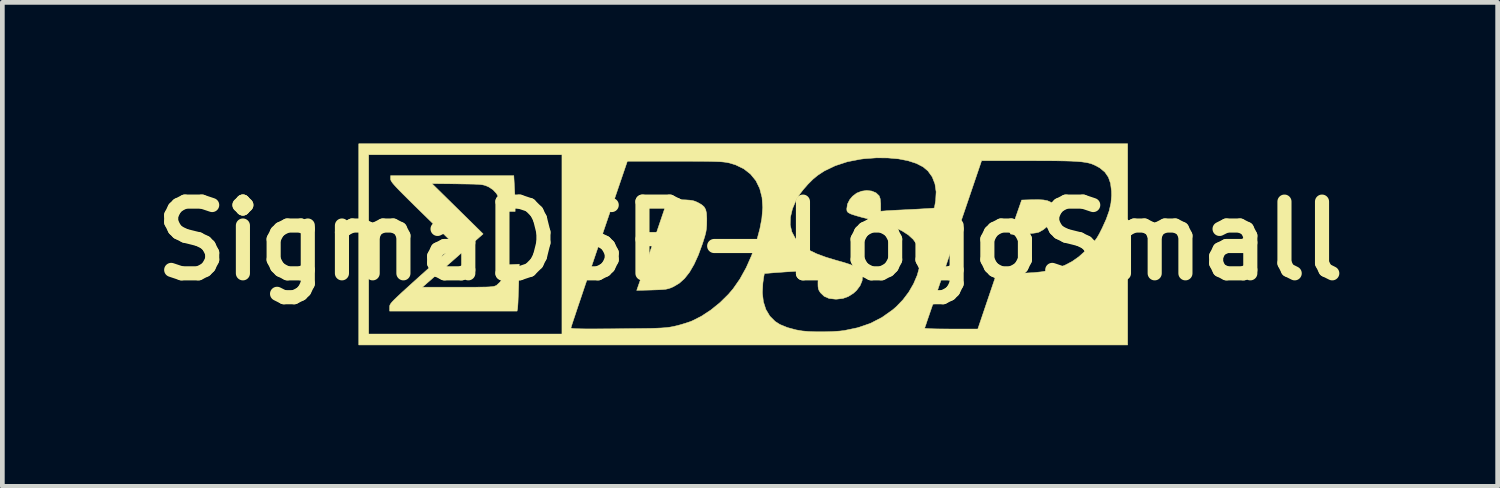
<source format=kicad_pcb>
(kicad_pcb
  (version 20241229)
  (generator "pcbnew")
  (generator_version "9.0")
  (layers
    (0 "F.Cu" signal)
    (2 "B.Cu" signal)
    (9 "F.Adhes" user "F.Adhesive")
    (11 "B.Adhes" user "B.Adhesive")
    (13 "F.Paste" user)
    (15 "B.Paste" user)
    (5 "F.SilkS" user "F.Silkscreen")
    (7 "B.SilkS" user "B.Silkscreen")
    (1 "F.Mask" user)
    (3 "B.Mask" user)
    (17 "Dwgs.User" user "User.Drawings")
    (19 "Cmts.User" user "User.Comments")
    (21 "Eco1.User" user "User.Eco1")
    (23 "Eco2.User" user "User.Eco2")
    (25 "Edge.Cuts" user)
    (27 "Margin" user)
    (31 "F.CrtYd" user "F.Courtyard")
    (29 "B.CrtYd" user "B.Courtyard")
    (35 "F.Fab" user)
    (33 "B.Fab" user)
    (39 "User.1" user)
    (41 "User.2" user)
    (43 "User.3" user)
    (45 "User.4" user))
  (footprint "SigmaDSP-LogoSmall"
    (layer "F.Cu")
    (at 12.744 2.143)
    (property "Reference" "SigmaDSP-LogoSmall" (at 0.145 -0.074 0) (layer "F.SilkS") (effects (font (size 1.524 1.524) (thickness 0.3))))
    (attr through_hole)
    (fp_poly (pts (xy 6.379 -0.944) (xy 6.464 -0.928) (xy 6.525 -0.902) (xy 6.553 -0.882) (xy 6.601 -0.815) (xy 6.621 -0.724) (xy 6.612 -0.621) (xy 6.595 -0.561) (xy 6.546 -0.476) (xy 6.47 -0.389) (xy 6.38 -0.314) (xy 6.289 -0.262) (xy 6.273 -0.256) (xy 6.224 -0.245) (xy 6.15 -0.235) (xy 6.059 -0.226) (xy 5.962 -0.22) (xy 5.866 -0.215) (xy 5.781 -0.214) (xy 5.716 -0.215) (xy 5.679 -0.221) (xy 5.674 -0.225) (xy 5.681 -0.25) (xy 5.7 -0.308) (xy 5.728 -0.393) (xy 5.763 -0.497) (xy 5.796 -0.593) (xy 5.918 -0.942) (xy 6.118 -0.948) (xy 6.266 -0.95) (xy 6.379 -0.944)) (stroke (width 0.01) (type solid)) (fill yes) (layer "F.SilkS"))
    (fp_poly (pts (xy -1.336 -0.949) (xy -1.219 -0.945) (xy -1.135 -0.939) (xy -1.073 -0.93) (xy -1.022 -0.915) (xy -0.973 -0.893) (xy -0.964 -0.889) (xy -0.885 -0.844) (xy -0.831 -0.797) (xy -0.798 -0.74) (xy -0.78 -0.662) (xy -0.774 -0.555) (xy -0.774 -0.501) (xy -0.776 -0.407) (xy -0.782 -0.329) (xy -0.794 -0.256) (xy -0.815 -0.175) (xy -0.847 -0.072) (xy -0.865 -0.016) (xy -0.953 0.225) (xy -1.045 0.427) (xy -1.142 0.593) (xy -1.246 0.725) (xy -1.359 0.826) (xy -1.484 0.9) (xy -1.486 0.901) (xy -1.541 0.925) (xy -1.59 0.941) (xy -1.642 0.953) (xy -1.708 0.96) (xy -1.796 0.965) (xy -1.916 0.969) (xy -1.941 0.97) (xy -2.263 0.978) (xy -2.161 0.685) (xy -2.129 0.591) (xy -2.085 0.464) (xy -2.034 0.313) (xy -1.976 0.144) (xy -1.916 -0.033) (xy -1.855 -0.212) (xy -1.831 -0.283) (xy -1.602 -0.957) (xy -1.336 -0.949)) (stroke (width 0.01) (type solid)) (fill yes) (layer "F.SilkS"))
    (fp_poly (pts (xy -4.861 -1.203) (xy -4.855 -1.089) (xy -4.851 -0.976) (xy -4.848 -0.88) (xy -4.847 -0.822) (xy -4.847 -0.699) (xy -4.958 -0.699) (xy -5.069 -0.699) (xy -5.119 -0.831) (xy -5.181 -0.974) (xy -5.244 -1.082) (xy -5.316 -1.16) (xy -5.4 -1.216) (xy -5.418 -1.225) (xy -5.455 -1.241) (xy -5.49 -1.254) (xy -5.529 -1.264) (xy -5.577 -1.271) (xy -5.64 -1.276) (xy -5.726 -1.28) (xy -5.838 -1.282) (xy -5.984 -1.284) (xy -6.075 -1.286) (xy -6.615 -1.292) (xy -5.527 -0.222) (xy -6.172 0.344) (xy -6.818 0.91) (xy -6.062 0.91) (xy -5.863 0.91) (xy -5.701 0.91) (xy -5.573 0.908) (xy -5.473 0.907) (xy -5.398 0.904) (xy -5.344 0.899) (xy -5.304 0.894) (xy -5.276 0.886) (xy -5.254 0.877) (xy -5.24 0.869) (xy -5.169 0.803) (xy -5.102 0.697) (xy -5.043 0.554) (xy -5.04 0.545) (xy -5.002 0.434) (xy -4.759 0.421) (xy -4.772 0.872) (xy -4.777 1.009) (xy -4.782 1.133) (xy -4.786 1.239) (xy -4.791 1.318) (xy -4.795 1.364) (xy -4.796 1.371) (xy -4.806 1.418) (xy -7.514 1.418) (xy -7.514 1.336) (xy -7.513 1.316) (xy -7.51 1.297) (xy -7.5 1.275) (xy -7.481 1.247) (xy -7.451 1.212) (xy -7.407 1.167) (xy -7.345 1.108) (xy -7.264 1.032) (xy -7.161 0.938) (xy -7.032 0.821) (xy -6.876 0.68) (xy -6.823 0.633) (xy -6.131 0.011) (xy -6.812 -0.656) (xy -6.975 -0.815) (xy -7.109 -0.948) (xy -7.219 -1.057) (xy -7.305 -1.144) (xy -7.372 -1.214) (xy -7.421 -1.268) (xy -7.455 -1.309) (xy -7.476 -1.34) (xy -7.488 -1.364) (xy -7.493 -1.383) (xy -7.493 -1.392) (xy -7.493 -1.46) (xy -4.875 -1.46) (xy -4.861 -1.203)) (stroke (width 0.01) (type solid)) (fill yes) (layer "F.SilkS"))
    (fp_poly (pts (xy 8.17 2.138) (xy -8.17 2.138) (xy -8.17 -1.905) (xy -7.959 -1.905) (xy -7.959 1.905) (xy -3.852 1.905) (xy -3.852 1.774) (xy -3.661 1.774) (xy -3.654 1.781) (xy -3.633 1.786) (xy -3.593 1.79) (xy -3.531 1.793) (xy -3.445 1.795) (xy -3.331 1.797) (xy -3.185 1.797) (xy -3.005 1.796) (xy -2.788 1.795) (xy -2.662 1.794) (xy -2.428 1.791) (xy -2.232 1.789) (xy -2.069 1.787) (xy -1.936 1.785) (xy -1.828 1.781) (xy -1.74 1.777) (xy -1.668 1.772) (xy -1.608 1.766) (xy -1.556 1.759) (xy -1.506 1.75) (xy -1.455 1.739) (xy -1.45 1.738) (xy -1.339 1.71) (xy -1.223 1.675) (xy -1.121 1.641) (xy -1.089 1.628) (xy -0.888 1.527) (xy -0.686 1.394) (xy -0.49 1.235) (xy -0.311 1.058) (xy -0.288 1.031) (xy 0.407 1.031) (xy 0.429 1.219) (xy 0.482 1.384) (xy 0.566 1.525) (xy 0.679 1.638) (xy 0.781 1.703) (xy 0.94 1.768) (xy 1.122 1.817) (xy 1.253 1.84) (xy 1.389 1.852) (xy 1.552 1.858) (xy 1.727 1.858) (xy 1.901 1.853) (xy 2.057 1.842) (xy 2.148 1.831) (xy 2.388 1.781) (xy 3.856 1.781) (xy 3.874 1.786) (xy 3.929 1.79) (xy 4.016 1.794) (xy 4.129 1.797) (xy 4.263 1.798) (xy 4.413 1.799) (xy 4.417 1.799) (xy 4.986 1.799) (xy 5.186 1.207) (xy 5.387 0.614) (xy 5.747 0.614) (xy 5.975 0.611) (xy 6.169 0.601) (xy 6.336 0.584) (xy 6.484 0.558) (xy 6.619 0.524) (xy 6.669 0.508) (xy 6.84 0.442) (xy 6.991 0.363) (xy 7.133 0.263) (xy 7.277 0.134) (xy 7.314 0.097) (xy 7.401 0.008) (xy 7.465 -0.066) (xy 7.518 -0.139) (xy 7.567 -0.223) (xy 7.622 -0.332) (xy 7.626 -0.339) (xy 7.715 -0.536) (xy 7.778 -0.713) (xy 7.815 -0.877) (xy 7.829 -1.039) (xy 7.827 -1.131) (xy 7.807 -1.294) (xy 7.761 -1.427) (xy 7.686 -1.536) (xy 7.579 -1.625) (xy 7.496 -1.671) (xy 7.447 -1.694) (xy 7.396 -1.714) (xy 7.338 -1.73) (xy 7.271 -1.743) (xy 7.191 -1.754) (xy 7.094 -1.762) (xy 6.975 -1.769) (xy 6.831 -1.773) (xy 6.658 -1.776) (xy 6.453 -1.777) (xy 6.21 -1.778) (xy 6.077 -1.778) (xy 5.066 -1.778) (xy 4.465 -0.008) (xy 4.375 0.255) (xy 4.29 0.507) (xy 4.209 0.744) (xy 4.134 0.965) (xy 4.066 1.165) (xy 4.006 1.342) (xy 3.954 1.493) (xy 3.912 1.615) (xy 3.882 1.706) (xy 3.862 1.762) (xy 3.856 1.781) (xy 2.388 1.781) (xy 2.44 1.77) (xy 2.706 1.678) (xy 2.95 1.552) (xy 3.177 1.391) (xy 3.253 1.325) (xy 3.395 1.178) (xy 3.519 1.014) (xy 3.621 0.837) (xy 3.698 0.657) (xy 3.747 0.48) (xy 3.765 0.313) (xy 3.762 0.244) (xy 3.737 0.115) (xy 3.688 -0.001) (xy 3.613 -0.106) (xy 3.509 -0.201) (xy 3.375 -0.287) (xy 3.207 -0.367) (xy 3.002 -0.442) (xy 2.76 -0.514) (xy 2.614 -0.552) (xy 2.507 -0.579) (xy 2.408 -0.607) (xy 2.328 -0.632) (xy 2.281 -0.649) (xy 2.229 -0.677) (xy 2.206 -0.708) (xy 2.201 -0.753) (xy 2.216 -0.856) (xy 2.263 -0.949) (xy 2.324 -1.022) (xy 2.412 -1.089) (xy 2.516 -1.13) (xy 2.625 -1.145) (xy 2.731 -1.133) (xy 2.822 -1.095) (xy 2.888 -1.033) (xy 2.911 -0.97) (xy 2.921 -0.868) (xy 2.921 -0.845) (xy 2.921 -0.704) (xy 3.011 -0.711) (xy 3.058 -0.715) (xy 3.14 -0.72) (xy 3.25 -0.726) (xy 3.379 -0.732) (xy 3.519 -0.739) (xy 3.577 -0.742) (xy 3.714 -0.749) (xy 3.837 -0.756) (xy 3.938 -0.762) (xy 4.012 -0.767) (xy 4.054 -0.771) (xy 4.06 -0.772) (xy 4.066 -0.795) (xy 4.076 -0.848) (xy 4.088 -0.922) (xy 4.09 -0.932) (xy 4.1 -1.117) (xy 4.075 -1.285) (xy 4.017 -1.434) (xy 3.926 -1.56) (xy 3.824 -1.646) (xy 3.681 -1.72) (xy 3.505 -1.777) (xy 3.302 -1.817) (xy 3.075 -1.837) (xy 2.832 -1.839) (xy 2.578 -1.821) (xy 2.498 -1.811) (xy 2.214 -1.756) (xy 1.955 -1.671) (xy 1.722 -1.559) (xy 1.584 -1.468) (xy 1.482 -1.384) (xy 1.377 -1.279) (xy 1.276 -1.164) (xy 1.19 -1.051) (xy 1.129 -0.951) (xy 1.128 -0.948) (xy 1.046 -0.754) (xy 1.004 -0.577) (xy 0.999 -0.415) (xy 1.033 -0.267) (xy 1.106 -0.13) (xy 1.168 -0.053) (xy 1.269 0.039) (xy 1.399 0.123) (xy 1.562 0.201) (xy 1.76 0.274) (xy 1.976 0.339) (xy 2.14 0.385) (xy 2.267 0.426) (xy 2.363 0.462) (xy 2.431 0.497) (xy 2.478 0.532) (xy 2.507 0.569) (xy 2.509 0.573) (xy 2.536 0.669) (xy 2.527 0.774) (xy 2.483 0.879) (xy 2.409 0.978) (xy 2.341 1.04) (xy 2.231 1.109) (xy 2.12 1.149) (xy 1.99 1.164) (xy 1.955 1.164) (xy 1.824 1.149) (xy 1.721 1.104) (xy 1.641 1.027) (xy 1.634 1.016) (xy 1.61 0.977) (xy 1.596 0.938) (xy 1.59 0.888) (xy 1.589 0.815) (xy 1.592 0.746) (xy 1.6 0.55) (xy 1.525 0.551) (xy 1.473 0.552) (xy 1.391 0.556) (xy 1.287 0.561) (xy 1.166 0.568) (xy 1.037 0.577) (xy 0.905 0.585) (xy 0.778 0.594) (xy 0.663 0.602) (xy 0.566 0.61) (xy 0.495 0.616) (xy 0.456 0.62) (xy 0.451 0.621) (xy 0.445 0.645) (xy 0.435 0.701) (xy 0.424 0.779) (xy 0.418 0.823) (xy 0.407 1.031) (xy -0.288 1.031) (xy -0.214 0.944) (xy -0.07 0.737) (xy 0.063 0.497) (xy 0.18 0.233) (xy 0.278 -0.045) (xy 0.354 -0.33) (xy 0.396 -0.55) (xy 0.415 -0.784) (xy 0.4 -0.997) (xy 0.351 -1.187) (xy 0.27 -1.353) (xy 0.156 -1.493) (xy 0.012 -1.606) (xy -0.162 -1.69) (xy -0.294 -1.73) (xy -0.335 -1.738) (xy -0.381 -1.746) (xy -0.434 -1.752) (xy -0.498 -1.757) (xy -0.579 -1.76) (xy -0.68 -1.763) (xy -0.805 -1.765) (xy -0.958 -1.766) (xy -1.144 -1.767) (xy -1.366 -1.767) (xy -1.459 -1.767) (xy -2.462 -1.767) (xy -3.061 -0.011) (xy -3.15 0.252) (xy -3.235 0.503) (xy -3.316 0.74) (xy -3.39 0.959) (xy -3.457 1.159) (xy -3.517 1.336) (xy -3.567 1.487) (xy -3.608 1.609) (xy -3.638 1.7) (xy -3.655 1.756) (xy -3.661 1.774) (xy -3.852 1.774) (xy -3.852 -1.905) (xy -7.959 -1.905) (xy -8.17 -1.905) (xy -8.17 -2.138) (xy 8.17 -2.138) (xy 8.17 2.138)) (stroke (width 0.01) (type solid)) (fill yes) (layer "F.SilkS")))
  (gr_rect
    (start -3 -3)
    (end 28.777 7.286)
    (stroke (width 0.1) (type default))
    (fill no)
    (layer "Edge.Cuts")))
</source>
